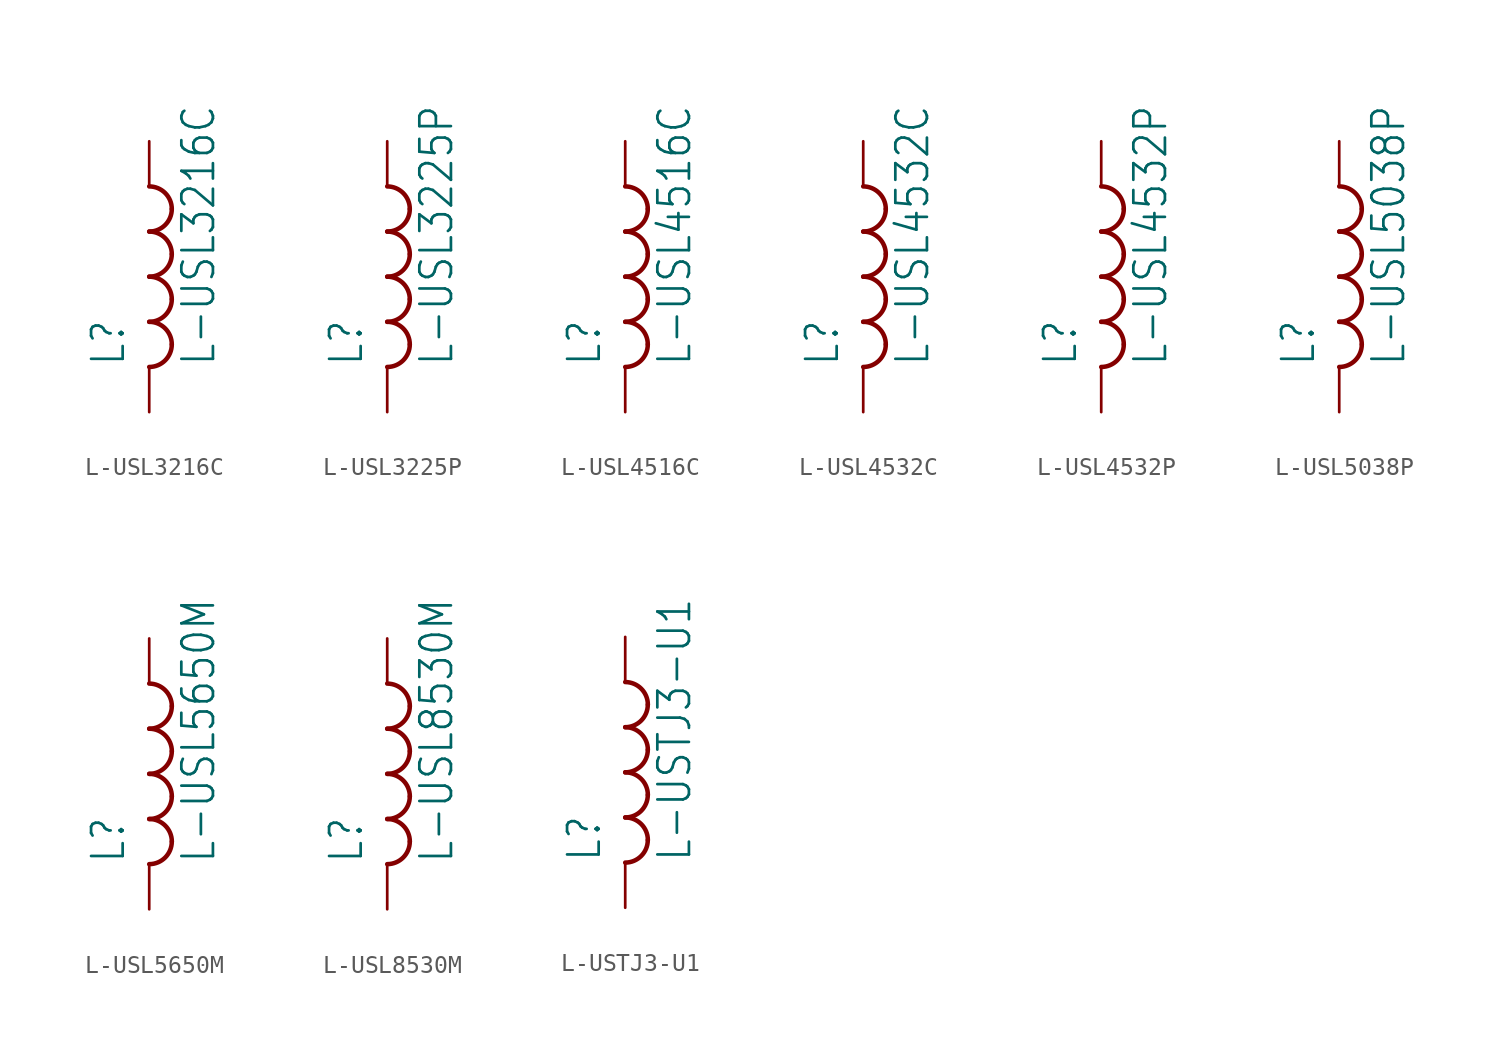
<source format=kicad_sym>
(kicad_symbol_lib
  (version 20211014)
  (generator kicad_symbol_editor)
  (symbol "L-USL3216C"
    (property "Reference" "L"
      (at -1.27 -5.08 90)
      (effects (font (size 1.778 1.511)) (justify left bottom)))
    (property "Value" "L-USL3216C"
      (at 3.81 -5.08 90)
      (effects (font (size 1.778 1.511)) (justify left bottom)))
    (property "ki_locked" ""
      (at 0 0 0)
      (effects (font (size 1.27 1.27))))
    (symbol "L-USL3216C_1_0"
      (arc (start 0 -5.08) (mid 0.898 -4.708) (end 1.27 -3.81) (stroke (width 0.254) (type default) (color 0 0 0 0)) (fill (type none)))
      (arc (start 0 -2.54) (mid 0.898 -2.168) (end 1.27 -1.27) (stroke (width 0.254) (type default) (color 0 0 0 0)) (fill (type none)))
      (arc (start 0 0) (mid 0.898 0.372) (end 1.27 1.27) (stroke (width 0.254) (type default) (color 0 0 0 0)) (fill (type none)))
      (arc (start 0 2.54) (mid 0.898 2.912) (end 1.27 3.81) (stroke (width 0.254) (type default) (color 0 0 0 0)) (fill (type none)))
      (arc (start 1.27 -3.81) (mid 0.898 -2.912) (end 0 -2.54) (stroke (width 0.254) (type default) (color 0 0 0 0)) (fill (type none)))
      (arc (start 1.27 -1.27) (mid 0.898 -0.372) (end 0 0) (stroke (width 0.254) (type default) (color 0 0 0 0)) (fill (type none)))
      (arc (start 1.27 1.27) (mid 0.898 2.168) (end 0 2.54) (stroke (width 0.254) (type default) (color 0 0 0 0)) (fill (type none)))
      (arc (start 1.27 3.81) (mid 0.898 4.708) (end 0 5.08) (stroke (width 0.254) (type default) (color 0 0 0 0)) (fill (type none)))
      (pin passive line (at 0 7.62 270) (length 2.54) (name "1" (effects (font (size 0 0)))) (number "1" (effects (font (size 0 0)))))
      (pin passive line (at 0 -7.62 90) (length 2.54) (name "2" (effects (font (size 0 0)))) (number "2" (effects (font (size 0 0)))))))
  (symbol "L-USL3225P"
    (property "Reference" "L"
      (at -1.27 -5.08 90)
      (effects (font (size 1.778 1.511)) (justify left bottom)))
    (property "Value" "L-USL3225P"
      (at 3.81 -5.08 90)
      (effects (font (size 1.778 1.511)) (justify left bottom)))
    (property "ki_locked" ""
      (at 0 0 0)
      (effects (font (size 1.27 1.27))))
    (symbol "L-USL3225P_1_0"
      (arc (start 0 -5.08) (mid 0.898 -4.708) (end 1.27 -3.81) (stroke (width 0.254) (type default) (color 0 0 0 0)) (fill (type none)))
      (arc (start 0 -2.54) (mid 0.898 -2.168) (end 1.27 -1.27) (stroke (width 0.254) (type default) (color 0 0 0 0)) (fill (type none)))
      (arc (start 0 0) (mid 0.898 0.372) (end 1.27 1.27) (stroke (width 0.254) (type default) (color 0 0 0 0)) (fill (type none)))
      (arc (start 0 2.54) (mid 0.898 2.912) (end 1.27 3.81) (stroke (width 0.254) (type default) (color 0 0 0 0)) (fill (type none)))
      (arc (start 1.27 -3.81) (mid 0.898 -2.912) (end 0 -2.54) (stroke (width 0.254) (type default) (color 0 0 0 0)) (fill (type none)))
      (arc (start 1.27 -1.27) (mid 0.898 -0.372) (end 0 0) (stroke (width 0.254) (type default) (color 0 0 0 0)) (fill (type none)))
      (arc (start 1.27 1.27) (mid 0.898 2.168) (end 0 2.54) (stroke (width 0.254) (type default) (color 0 0 0 0)) (fill (type none)))
      (arc (start 1.27 3.81) (mid 0.898 4.708) (end 0 5.08) (stroke (width 0.254) (type default) (color 0 0 0 0)) (fill (type none)))
      (pin passive line (at 0 7.62 270) (length 2.54) (name "1" (effects (font (size 0 0)))) (number "1" (effects (font (size 0 0)))))
      (pin passive line (at 0 -7.62 90) (length 2.54) (name "2" (effects (font (size 0 0)))) (number "2" (effects (font (size 0 0)))))))
  (symbol "L-USL4516C"
    (property "Reference" "L"
      (at -1.27 -5.08 90)
      (effects (font (size 1.778 1.511)) (justify left bottom)))
    (property "Value" "L-USL4516C"
      (at 3.81 -5.08 90)
      (effects (font (size 1.778 1.511)) (justify left bottom)))
    (property "ki_locked" ""
      (at 0 0 0)
      (effects (font (size 1.27 1.27))))
    (symbol "L-USL4516C_1_0"
      (arc (start 0 -5.08) (mid 0.898 -4.708) (end 1.27 -3.81) (stroke (width 0.254) (type default) (color 0 0 0 0)) (fill (type none)))
      (arc (start 0 -2.54) (mid 0.898 -2.168) (end 1.27 -1.27) (stroke (width 0.254) (type default) (color 0 0 0 0)) (fill (type none)))
      (arc (start 0 0) (mid 0.898 0.372) (end 1.27 1.27) (stroke (width 0.254) (type default) (color 0 0 0 0)) (fill (type none)))
      (arc (start 0 2.54) (mid 0.898 2.912) (end 1.27 3.81) (stroke (width 0.254) (type default) (color 0 0 0 0)) (fill (type none)))
      (arc (start 1.27 -3.81) (mid 0.898 -2.912) (end 0 -2.54) (stroke (width 0.254) (type default) (color 0 0 0 0)) (fill (type none)))
      (arc (start 1.27 -1.27) (mid 0.898 -0.372) (end 0 0) (stroke (width 0.254) (type default) (color 0 0 0 0)) (fill (type none)))
      (arc (start 1.27 1.27) (mid 0.898 2.168) (end 0 2.54) (stroke (width 0.254) (type default) (color 0 0 0 0)) (fill (type none)))
      (arc (start 1.27 3.81) (mid 0.898 4.708) (end 0 5.08) (stroke (width 0.254) (type default) (color 0 0 0 0)) (fill (type none)))
      (pin passive line (at 0 7.62 270) (length 2.54) (name "1" (effects (font (size 0 0)))) (number "1" (effects (font (size 0 0)))))
      (pin passive line (at 0 -7.62 90) (length 2.54) (name "2" (effects (font (size 0 0)))) (number "2" (effects (font (size 0 0)))))))
  (symbol "L-USL4532C"
    (property "Reference" "L"
      (at -1.27 -5.08 90)
      (effects (font (size 1.778 1.511)) (justify left bottom)))
    (property "Value" "L-USL4532C"
      (at 3.81 -5.08 90)
      (effects (font (size 1.778 1.511)) (justify left bottom)))
    (property "ki_locked" ""
      (at 0 0 0)
      (effects (font (size 1.27 1.27))))
    (symbol "L-USL4532C_1_0"
      (arc (start 0 -5.08) (mid 0.898 -4.708) (end 1.27 -3.81) (stroke (width 0.254) (type default) (color 0 0 0 0)) (fill (type none)))
      (arc (start 0 -2.54) (mid 0.898 -2.168) (end 1.27 -1.27) (stroke (width 0.254) (type default) (color 0 0 0 0)) (fill (type none)))
      (arc (start 0 0) (mid 0.898 0.372) (end 1.27 1.27) (stroke (width 0.254) (type default) (color 0 0 0 0)) (fill (type none)))
      (arc (start 0 2.54) (mid 0.898 2.912) (end 1.27 3.81) (stroke (width 0.254) (type default) (color 0 0 0 0)) (fill (type none)))
      (arc (start 1.27 -3.81) (mid 0.898 -2.912) (end 0 -2.54) (stroke (width 0.254) (type default) (color 0 0 0 0)) (fill (type none)))
      (arc (start 1.27 -1.27) (mid 0.898 -0.372) (end 0 0) (stroke (width 0.254) (type default) (color 0 0 0 0)) (fill (type none)))
      (arc (start 1.27 1.27) (mid 0.898 2.168) (end 0 2.54) (stroke (width 0.254) (type default) (color 0 0 0 0)) (fill (type none)))
      (arc (start 1.27 3.81) (mid 0.898 4.708) (end 0 5.08) (stroke (width 0.254) (type default) (color 0 0 0 0)) (fill (type none)))
      (pin passive line (at 0 7.62 270) (length 2.54) (name "1" (effects (font (size 0 0)))) (number "1" (effects (font (size 0 0)))))
      (pin passive line (at 0 -7.62 90) (length 2.54) (name "2" (effects (font (size 0 0)))) (number "2" (effects (font (size 0 0)))))))
  (symbol "L-USL4532P"
    (property "Reference" "L"
      (at -1.27 -5.08 90)
      (effects (font (size 1.778 1.511)) (justify left bottom)))
    (property "Value" "L-USL4532P"
      (at 3.81 -5.08 90)
      (effects (font (size 1.778 1.511)) (justify left bottom)))
    (property "ki_locked" ""
      (at 0 0 0)
      (effects (font (size 1.27 1.27))))
    (symbol "L-USL4532P_1_0"
      (arc (start 0 -5.08) (mid 0.898 -4.708) (end 1.27 -3.81) (stroke (width 0.254) (type default) (color 0 0 0 0)) (fill (type none)))
      (arc (start 0 -2.54) (mid 0.898 -2.168) (end 1.27 -1.27) (stroke (width 0.254) (type default) (color 0 0 0 0)) (fill (type none)))
      (arc (start 0 0) (mid 0.898 0.372) (end 1.27 1.27) (stroke (width 0.254) (type default) (color 0 0 0 0)) (fill (type none)))
      (arc (start 0 2.54) (mid 0.898 2.912) (end 1.27 3.81) (stroke (width 0.254) (type default) (color 0 0 0 0)) (fill (type none)))
      (arc (start 1.27 -3.81) (mid 0.898 -2.912) (end 0 -2.54) (stroke (width 0.254) (type default) (color 0 0 0 0)) (fill (type none)))
      (arc (start 1.27 -1.27) (mid 0.898 -0.372) (end 0 0) (stroke (width 0.254) (type default) (color 0 0 0 0)) (fill (type none)))
      (arc (start 1.27 1.27) (mid 0.898 2.168) (end 0 2.54) (stroke (width 0.254) (type default) (color 0 0 0 0)) (fill (type none)))
      (arc (start 1.27 3.81) (mid 0.898 4.708) (end 0 5.08) (stroke (width 0.254) (type default) (color 0 0 0 0)) (fill (type none)))
      (pin passive line (at 0 7.62 270) (length 2.54) (name "1" (effects (font (size 0 0)))) (number "1" (effects (font (size 0 0)))))
      (pin passive line (at 0 -7.62 90) (length 2.54) (name "2" (effects (font (size 0 0)))) (number "2" (effects (font (size 0 0)))))))
  (symbol "L-USL5038P"
    (property "Reference" "L"
      (at -1.27 -5.08 90)
      (effects (font (size 1.778 1.511)) (justify left bottom)))
    (property "Value" "L-USL5038P"
      (at 3.81 -5.08 90)
      (effects (font (size 1.778 1.511)) (justify left bottom)))
    (property "ki_locked" ""
      (at 0 0 0)
      (effects (font (size 1.27 1.27))))
    (symbol "L-USL5038P_1_0"
      (arc (start 0 -5.08) (mid 0.898 -4.708) (end 1.27 -3.81) (stroke (width 0.254) (type default) (color 0 0 0 0)) (fill (type none)))
      (arc (start 0 -2.54) (mid 0.898 -2.168) (end 1.27 -1.27) (stroke (width 0.254) (type default) (color 0 0 0 0)) (fill (type none)))
      (arc (start 0 0) (mid 0.898 0.372) (end 1.27 1.27) (stroke (width 0.254) (type default) (color 0 0 0 0)) (fill (type none)))
      (arc (start 0 2.54) (mid 0.898 2.912) (end 1.27 3.81) (stroke (width 0.254) (type default) (color 0 0 0 0)) (fill (type none)))
      (arc (start 1.27 -3.81) (mid 0.898 -2.912) (end 0 -2.54) (stroke (width 0.254) (type default) (color 0 0 0 0)) (fill (type none)))
      (arc (start 1.27 -1.27) (mid 0.898 -0.372) (end 0 0) (stroke (width 0.254) (type default) (color 0 0 0 0)) (fill (type none)))
      (arc (start 1.27 1.27) (mid 0.898 2.168) (end 0 2.54) (stroke (width 0.254) (type default) (color 0 0 0 0)) (fill (type none)))
      (arc (start 1.27 3.81) (mid 0.898 4.708) (end 0 5.08) (stroke (width 0.254) (type default) (color 0 0 0 0)) (fill (type none)))
      (pin passive line (at 0 7.62 270) (length 2.54) (name "1" (effects (font (size 0 0)))) (number "1" (effects (font (size 0 0)))))
      (pin passive line (at 0 -7.62 90) (length 2.54) (name "2" (effects (font (size 0 0)))) (number "2" (effects (font (size 0 0)))))))
  (symbol "L-USL5650M"
    (property "Reference" "L"
      (at -1.27 -5.08 90)
      (effects (font (size 1.778 1.511)) (justify left bottom)))
    (property "Value" "L-USL5650M"
      (at 3.81 -5.08 90)
      (effects (font (size 1.778 1.511)) (justify left bottom)))
    (property "ki_locked" ""
      (at 0 0 0)
      (effects (font (size 1.27 1.27))))
    (symbol "L-USL5650M_1_0"
      (arc (start 0 -5.08) (mid 0.898 -4.708) (end 1.27 -3.81) (stroke (width 0.254) (type default) (color 0 0 0 0)) (fill (type none)))
      (arc (start 0 -2.54) (mid 0.898 -2.168) (end 1.27 -1.27) (stroke (width 0.254) (type default) (color 0 0 0 0)) (fill (type none)))
      (arc (start 0 0) (mid 0.898 0.372) (end 1.27 1.27) (stroke (width 0.254) (type default) (color 0 0 0 0)) (fill (type none)))
      (arc (start 0 2.54) (mid 0.898 2.912) (end 1.27 3.81) (stroke (width 0.254) (type default) (color 0 0 0 0)) (fill (type none)))
      (arc (start 1.27 -3.81) (mid 0.898 -2.912) (end 0 -2.54) (stroke (width 0.254) (type default) (color 0 0 0 0)) (fill (type none)))
      (arc (start 1.27 -1.27) (mid 0.898 -0.372) (end 0 0) (stroke (width 0.254) (type default) (color 0 0 0 0)) (fill (type none)))
      (arc (start 1.27 1.27) (mid 0.898 2.168) (end 0 2.54) (stroke (width 0.254) (type default) (color 0 0 0 0)) (fill (type none)))
      (arc (start 1.27 3.81) (mid 0.898 4.708) (end 0 5.08) (stroke (width 0.254) (type default) (color 0 0 0 0)) (fill (type none)))
      (pin passive line (at 0 7.62 270) (length 2.54) (name "1" (effects (font (size 0 0)))) (number "1" (effects (font (size 0 0)))))
      (pin passive line (at 0 -7.62 90) (length 2.54) (name "2" (effects (font (size 0 0)))) (number "2" (effects (font (size 0 0)))))))
  (symbol "L-USL8530M"
    (property "Reference" "L"
      (at -1.27 -5.08 90)
      (effects (font (size 1.778 1.511)) (justify left bottom)))
    (property "Value" "L-USL8530M"
      (at 3.81 -5.08 90)
      (effects (font (size 1.778 1.511)) (justify left bottom)))
    (property "ki_locked" ""
      (at 0 0 0)
      (effects (font (size 1.27 1.27))))
    (symbol "L-USL8530M_1_0"
      (arc (start 0 -5.08) (mid 0.898 -4.708) (end 1.27 -3.81) (stroke (width 0.254) (type default) (color 0 0 0 0)) (fill (type none)))
      (arc (start 0 -2.54) (mid 0.898 -2.168) (end 1.27 -1.27) (stroke (width 0.254) (type default) (color 0 0 0 0)) (fill (type none)))
      (arc (start 0 0) (mid 0.898 0.372) (end 1.27 1.27) (stroke (width 0.254) (type default) (color 0 0 0 0)) (fill (type none)))
      (arc (start 0 2.54) (mid 0.898 2.912) (end 1.27 3.81) (stroke (width 0.254) (type default) (color 0 0 0 0)) (fill (type none)))
      (arc (start 1.27 -3.81) (mid 0.898 -2.912) (end 0 -2.54) (stroke (width 0.254) (type default) (color 0 0 0 0)) (fill (type none)))
      (arc (start 1.27 -1.27) (mid 0.898 -0.372) (end 0 0) (stroke (width 0.254) (type default) (color 0 0 0 0)) (fill (type none)))
      (arc (start 1.27 1.27) (mid 0.898 2.168) (end 0 2.54) (stroke (width 0.254) (type default) (color 0 0 0 0)) (fill (type none)))
      (arc (start 1.27 3.81) (mid 0.898 4.708) (end 0 5.08) (stroke (width 0.254) (type default) (color 0 0 0 0)) (fill (type none)))
      (pin passive line (at 0 7.62 270) (length 2.54) (name "1" (effects (font (size 0 0)))) (number "1" (effects (font (size 0 0)))))
      (pin passive line (at 0 -7.62 90) (length 2.54) (name "2" (effects (font (size 0 0)))) (number "2" (effects (font (size 0 0)))))))
  (symbol "L-USTJ3-U1"
    (property "Reference" "L"
      (at -1.27 -5.08 90)
      (effects (font (size 1.778 1.511)) (justify left bottom)))
    (property "Value" "L-USTJ3-U1"
      (at 3.81 -5.08 90)
      (effects (font (size 1.778 1.511)) (justify left bottom)))
    (property "ki_locked" ""
      (at 0 0 0)
      (effects (font (size 1.27 1.27))))
    (symbol "L-USTJ3-U1_1_0"
      (arc (start 0 -5.08) (mid 0.898 -4.708) (end 1.27 -3.81) (stroke (width 0.254) (type default) (color 0 0 0 0)) (fill (type none)))
      (arc (start 0 -2.54) (mid 0.898 -2.168) (end 1.27 -1.27) (stroke (width 0.254) (type default) (color 0 0 0 0)) (fill (type none)))
      (arc (start 0 0) (mid 0.898 0.372) (end 1.27 1.27) (stroke (width 0.254) (type default) (color 0 0 0 0)) (fill (type none)))
      (arc (start 0 2.54) (mid 0.898 2.912) (end 1.27 3.81) (stroke (width 0.254) (type default) (color 0 0 0 0)) (fill (type none)))
      (arc (start 1.27 -3.81) (mid 0.898 -2.912) (end 0 -2.54) (stroke (width 0.254) (type default) (color 0 0 0 0)) (fill (type none)))
      (arc (start 1.27 -1.27) (mid 0.898 -0.372) (end 0 0) (stroke (width 0.254) (type default) (color 0 0 0 0)) (fill (type none)))
      (arc (start 1.27 1.27) (mid 0.898 2.168) (end 0 2.54) (stroke (width 0.254) (type default) (color 0 0 0 0)) (fill (type none)))
      (arc (start 1.27 3.81) (mid 0.898 4.708) (end 0 5.08) (stroke (width 0.254) (type default) (color 0 0 0 0)) (fill (type none)))
      (pin passive line (at 0 7.62 270) (length 2.54) (name "1" (effects (font (size 0 0)))) (number "1" (effects (font (size 0 0)))))
      (pin passive line (at 0 -7.62 90) (length 2.54) (name "2" (effects (font (size 0 0)))) (number "2" (effects (font (size 0 0))))))))
</source>
